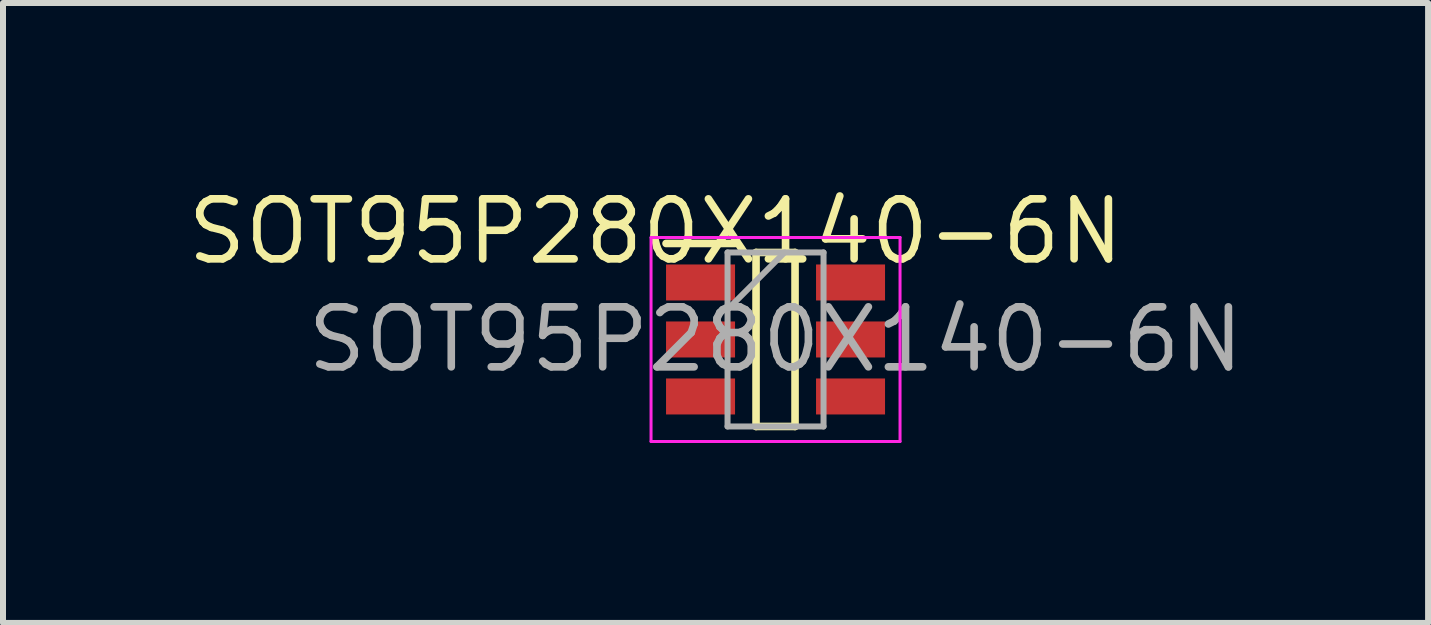
<source format=kicad_pcb>
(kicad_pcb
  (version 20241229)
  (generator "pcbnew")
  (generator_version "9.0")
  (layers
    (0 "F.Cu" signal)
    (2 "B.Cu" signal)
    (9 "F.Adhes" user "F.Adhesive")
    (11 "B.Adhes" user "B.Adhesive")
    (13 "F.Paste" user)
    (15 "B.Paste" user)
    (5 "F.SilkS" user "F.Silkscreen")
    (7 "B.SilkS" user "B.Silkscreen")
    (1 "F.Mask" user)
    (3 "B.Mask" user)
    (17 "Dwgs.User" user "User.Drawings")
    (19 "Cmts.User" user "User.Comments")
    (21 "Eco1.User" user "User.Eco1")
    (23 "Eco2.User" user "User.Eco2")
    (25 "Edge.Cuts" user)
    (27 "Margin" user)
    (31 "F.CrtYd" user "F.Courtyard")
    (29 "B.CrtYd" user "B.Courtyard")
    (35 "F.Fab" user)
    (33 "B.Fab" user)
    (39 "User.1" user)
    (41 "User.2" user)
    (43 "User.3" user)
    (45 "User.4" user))
  (footprint "SOT95P280X140-6N"
    (layer "F.Cu")
    (at 9.876 2.608)
    (property "Reference" "SOT95P280X140-6N" (at -2 -1.8 0) (layer "F.SilkS") (effects (font (size 1 1) (thickness 0.127))))
    (attr smd)
    (fp_line (start -1.825 -1.6) (end -0.675 -1.6) (stroke (width 0.127) (type solid)) (layer "F.SilkS"))
    (fp_line (start -0.325 -1.45) (end 0.325 -1.45) (stroke (width 0.127) (type solid)) (layer "F.SilkS"))
    (fp_line (start -0.325 1.45) (end -0.325 -1.45) (stroke (width 0.127) (type solid)) (layer "F.SilkS"))
    (fp_line (start 0.325 -1.45) (end 0.325 1.45) (stroke (width 0.127) (type solid)) (layer "F.SilkS"))
    (fp_line (start 0.325 1.45) (end -0.325 1.45) (stroke (width 0.127) (type solid)) (layer "F.SilkS"))
    (fp_line (start -2.075 -1.7) (end 2.075 -1.7) (stroke (width 0.05) (type solid)) (layer "F.CrtYd"))
    (fp_line (start -2.075 1.7) (end -2.075 -1.7) (stroke (width 0.05) (type solid)) (layer "F.CrtYd"))
    (fp_line (start 2.075 -1.7) (end 2.075 1.7) (stroke (width 0.05) (type solid)) (layer "F.CrtYd"))
    (fp_line (start 2.075 1.7) (end -2.075 1.7) (stroke (width 0.05) (type solid)) (layer "F.CrtYd"))
    (fp_line (start -0.8 -1.45) (end 0.8 -1.45) (stroke (width 0.1) (type solid)) (layer "F.Fab"))
    (fp_line (start -0.8 -0.5) (end 0.15 -1.45) (stroke (width 0.1) (type solid)) (layer "F.Fab"))
    (fp_line (start -0.8 1.45) (end -0.8 -1.45) (stroke (width 0.1) (type solid)) (layer "F.Fab"))
    (fp_line (start 0.8 -1.45) (end 0.8 1.45) (stroke (width 0.1) (type solid)) (layer "F.Fab"))
    (fp_line (start 0.8 1.45) (end -0.8 1.45) (stroke (width 0.1) (type solid)) (layer "F.Fab"))
    (fp_text user "${REFERENCE}" (at 0 0 0) (layer "F.Fab") (effects (font (size 1 1) (thickness 0.127))))
    (pad "1" smd rect (at -1.25 -0.95 90) (size 0.6 1.15) (layers "F.Cu" "F.Mask" "F.Paste"))
    (pad "2" smd rect (at -1.25 0 90) (size 0.6 1.15) (layers "F.Cu" "F.Mask" "F.Paste"))
    (pad "3" smd rect (at -1.25 0.95 90) (size 0.6 1.15) (layers "F.Cu" "F.Mask" "F.Paste"))
    (pad "4" smd rect (at 1.25 0.95 90) (size 0.6 1.15) (layers "F.Cu" "F.Mask" "F.Paste"))
    (pad "5" smd rect (at 1.25 0 90) (size 0.6 1.15) (layers "F.Cu" "F.Mask" "F.Paste"))
    (pad "6" smd rect (at 1.25 -0.95 90) (size 0.6 1.15) (layers "F.Cu" "F.Mask" "F.Paste")))
  (gr_rect
    (start -3 -3)
    (end 20.752 7.333)
    (stroke (width 0.1) (type default))
    (fill no)
    (layer "Edge.Cuts")))
</source>
